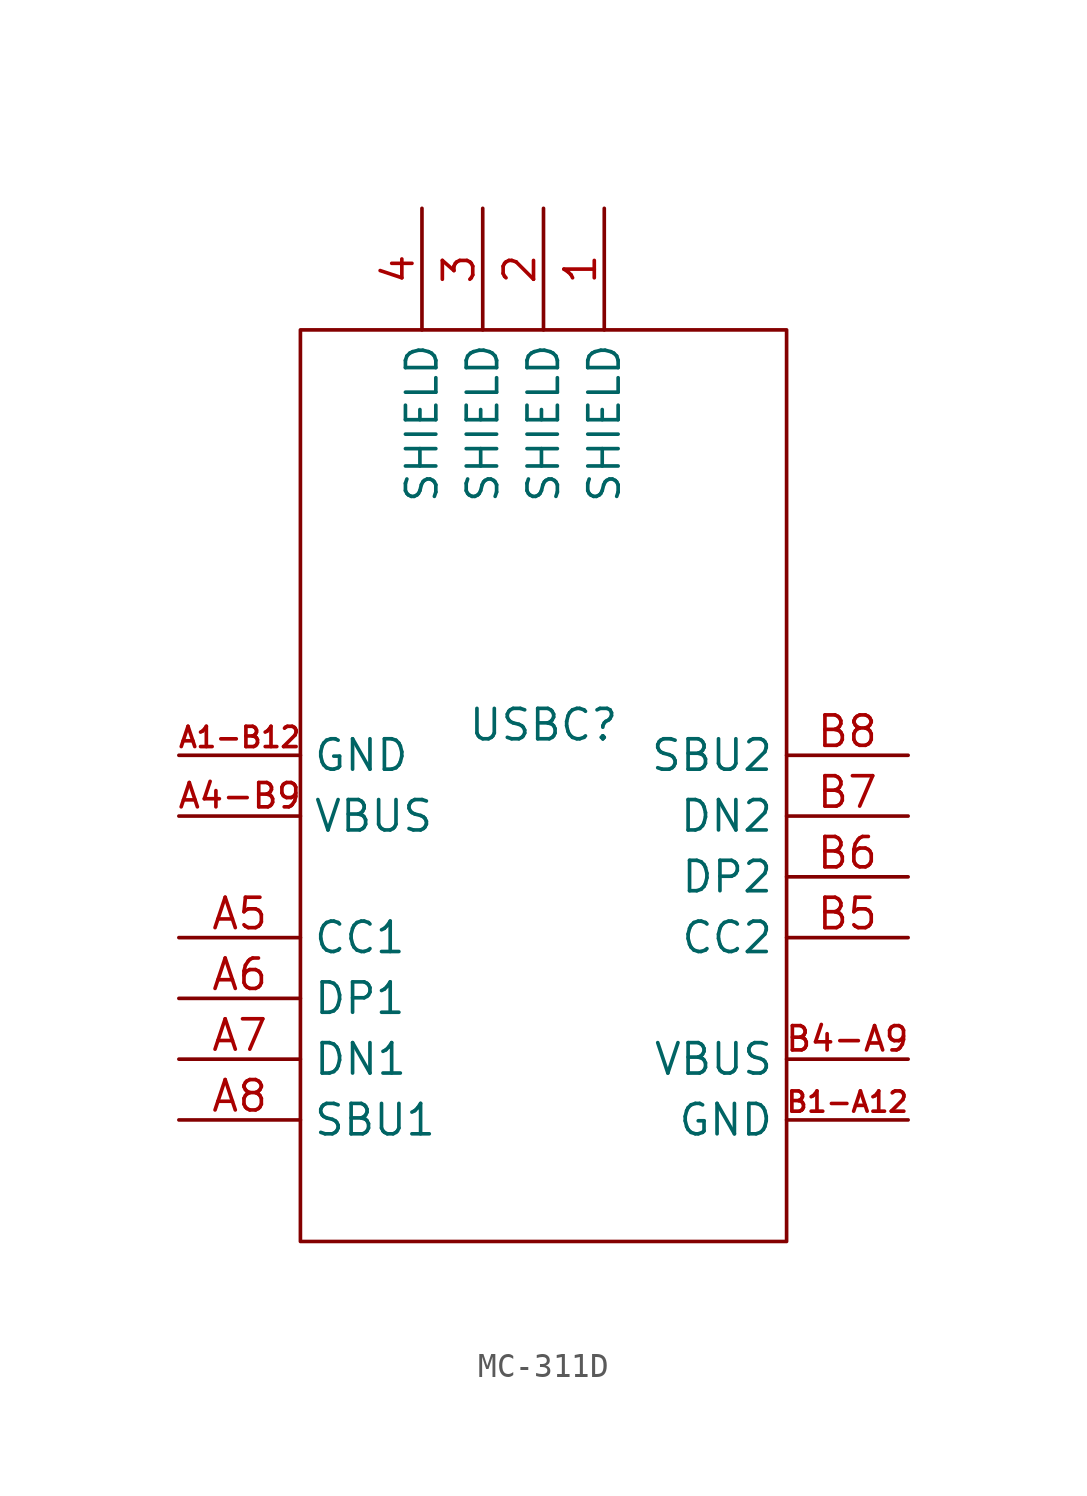
<source format=kicad_sym>
(kicad_symbol_lib
  (version 20231120)
  (generator "kicad_symbol_editor")
  (generator_version "8.0")
  (symbol "MC-311D"
    (property "Reference" "USBC"
      (at 0 0 0)
      (effects (font (size 1.27 1.27))))
    (property "Value" ""
      (at 0 0 0)
      (effects (font (size 1.27 1.27))))
    (symbol "MC-311D_1_0"
      (rectangle (start -10.16 -21.59) (end 10.16 16.51) (stroke (width 0) (type default)) (fill (type none)))
      (pin input line (at 2.54 21.59 270) (length 5.08) (name "SHIELD" (effects (font (size 1.27 1.27)))) (number "1" (effects (font (size 1.27 1.27)))))
      (pin input line (at 0 21.59 270) (length 5.08) (name "SHIELD" (effects (font (size 1.27 1.27)))) (number "2" (effects (font (size 1.27 1.27)))))
      (pin input line (at -2.54 21.59 270) (length 5.08) (name "SHIELD" (effects (font (size 1.27 1.27)))) (number "3" (effects (font (size 1.27 1.27)))))
      (pin input line (at -5.08 21.59 270) (length 5.08) (name "SHIELD" (effects (font (size 1.27 1.27)))) (number "4" (effects (font (size 1.27 1.27)))))
      (pin input line (at -15.24 -1.27 0) (length 5.08) (name "GND" (effects (font (size 1.27 1.27)))) (number "A1-B12" (effects (font (size 0.847 0.847)))))
      (pin input line (at -15.24 -3.81 0) (length 5.08) (name "VBUS" (effects (font (size 1.27 1.27)))) (number "A4-B9" (effects (font (size 1.016 1.016)))))
      (pin input line (at -15.24 -8.89 0) (length 5.08) (name "CC1" (effects (font (size 1.27 1.27)))) (number "A5" (effects (font (size 1.27 1.27)))))
      (pin input line (at -15.24 -11.43 0) (length 5.08) (name "DP1" (effects (font (size 1.27 1.27)))) (number "A6" (effects (font (size 1.27 1.27)))))
      (pin input line (at -15.24 -13.97 0) (length 5.08) (name "DN1" (effects (font (size 1.27 1.27)))) (number "A7" (effects (font (size 1.27 1.27)))))
      (pin input line (at -15.24 -16.51 0) (length 5.08) (name "SBU1" (effects (font (size 1.27 1.27)))) (number "A8" (effects (font (size 1.27 1.27)))))
      (pin input line (at 15.24 -16.51 180) (length 5.08) (name "GND" (effects (font (size 1.27 1.27)))) (number "B1-A12" (effects (font (size 0.847 0.847)))))
      (pin input line (at 15.24 -13.97 180) (length 5.08) (name "VBUS" (effects (font (size 1.27 1.27)))) (number "B4-A9" (effects (font (size 1.016 1.016)))))
      (pin input line (at 15.24 -8.89 180) (length 5.08) (name "CC2" (effects (font (size 1.27 1.27)))) (number "B5" (effects (font (size 1.27 1.27)))))
      (pin input line (at 15.24 -6.35 180) (length 5.08) (name "DP2" (effects (font (size 1.27 1.27)))) (number "B6" (effects (font (size 1.27 1.27)))))
      (pin input line (at 15.24 -3.81 180) (length 5.08) (name "DN2" (effects (font (size 1.27 1.27)))) (number "B7" (effects (font (size 1.27 1.27)))))
      (pin input line (at 15.24 -1.27 180) (length 5.08) (name "SBU2" (effects (font (size 1.27 1.27)))) (number "B8" (effects (font (size 1.27 1.27))))))))
</source>
